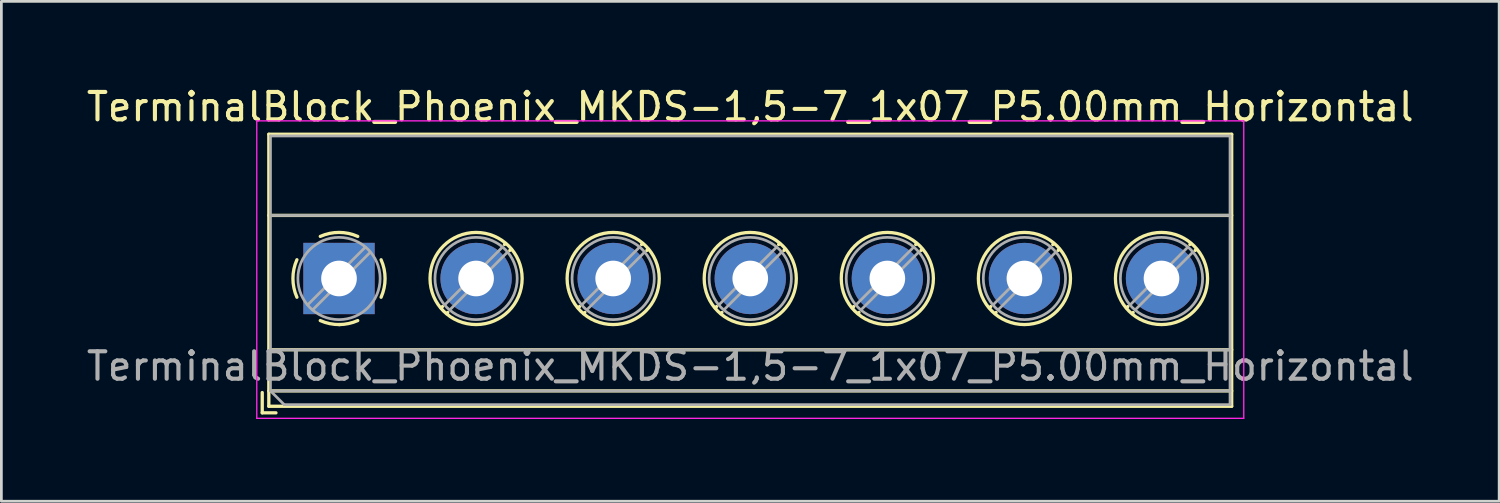
<source format=kicad_pcb>
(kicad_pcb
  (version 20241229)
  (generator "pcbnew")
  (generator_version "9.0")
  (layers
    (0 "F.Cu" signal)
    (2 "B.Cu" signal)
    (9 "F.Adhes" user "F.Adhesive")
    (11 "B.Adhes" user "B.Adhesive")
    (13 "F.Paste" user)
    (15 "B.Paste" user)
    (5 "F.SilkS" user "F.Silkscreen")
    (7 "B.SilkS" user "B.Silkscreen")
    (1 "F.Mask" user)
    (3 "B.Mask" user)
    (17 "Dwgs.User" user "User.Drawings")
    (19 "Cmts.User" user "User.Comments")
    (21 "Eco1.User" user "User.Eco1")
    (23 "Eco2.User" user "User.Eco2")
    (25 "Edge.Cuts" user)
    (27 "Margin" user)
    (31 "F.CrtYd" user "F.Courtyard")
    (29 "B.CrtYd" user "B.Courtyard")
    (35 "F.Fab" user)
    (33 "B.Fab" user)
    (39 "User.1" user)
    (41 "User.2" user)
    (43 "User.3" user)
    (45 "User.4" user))
  (footprint "TerminalBlock_Phoenix_MKDS-1,5-7_1x07_P5.00mm_Horizontal"
    (layer "F.Cu")
    (at 9.315 7.108)
    (property "Reference" "TerminalBlock_Phoenix_MKDS-1,5-7_1x07_P5.00mm_Horizontal" (at 15 -6.26 0) (layer "F.SilkS") (effects (font (size 1 1) (thickness 0.15))))
    (attr through_hole)
    (fp_line (start -2.8 4.16) (end -2.8 4.9) (stroke (width 0.12) (type solid)) (layer "F.SilkS"))
    (fp_line (start -2.8 4.9) (end -2.3 4.9) (stroke (width 0.12) (type solid)) (layer "F.SilkS"))
    (fp_line (start -2.56 -5.261) (end -2.56 4.66) (stroke (width 0.12) (type solid)) (layer "F.SilkS"))
    (fp_line (start -2.56 -5.261) (end 32.56 -5.261) (stroke (width 0.12) (type solid)) (layer "F.SilkS"))
    (fp_line (start -2.56 -2.301) (end 32.56 -2.301) (stroke (width 0.12) (type solid)) (layer "F.SilkS"))
    (fp_line (start -2.56 2.6) (end 32.56 2.6) (stroke (width 0.12) (type solid)) (layer "F.SilkS"))
    (fp_line (start -2.56 4.1) (end 32.56 4.1) (stroke (width 0.12) (type solid)) (layer "F.SilkS"))
    (fp_line (start -2.56 4.66) (end 32.56 4.66) (stroke (width 0.12) (type solid)) (layer "F.SilkS"))
    (fp_line (start 3.773 1.023) (end 3.726 1.069) (stroke (width 0.12) (type solid)) (layer "F.SilkS"))
    (fp_line (start 3.966 1.239) (end 3.931 1.274) (stroke (width 0.12) (type solid)) (layer "F.SilkS"))
    (fp_line (start 6.07 -1.275) (end 6.035 -1.239) (stroke (width 0.12) (type solid)) (layer "F.SilkS"))
    (fp_line (start 6.275 -1.069) (end 6.228 -1.023) (stroke (width 0.12) (type solid)) (layer "F.SilkS"))
    (fp_line (start 8.773 1.023) (end 8.726 1.069) (stroke (width 0.12) (type solid)) (layer "F.SilkS"))
    (fp_line (start 8.966 1.239) (end 8.931 1.274) (stroke (width 0.12) (type solid)) (layer "F.SilkS"))
    (fp_line (start 11.07 -1.275) (end 11.035 -1.239) (stroke (width 0.12) (type solid)) (layer "F.SilkS"))
    (fp_line (start 11.275 -1.069) (end 11.228 -1.023) (stroke (width 0.12) (type solid)) (layer "F.SilkS"))
    (fp_line (start 13.773 1.023) (end 13.726 1.069) (stroke (width 0.12) (type solid)) (layer "F.SilkS"))
    (fp_line (start 13.966 1.239) (end 13.931 1.274) (stroke (width 0.12) (type solid)) (layer "F.SilkS"))
    (fp_line (start 16.07 -1.275) (end 16.035 -1.239) (stroke (width 0.12) (type solid)) (layer "F.SilkS"))
    (fp_line (start 16.275 -1.069) (end 16.228 -1.023) (stroke (width 0.12) (type solid)) (layer "F.SilkS"))
    (fp_line (start 18.773 1.023) (end 18.726 1.069) (stroke (width 0.12) (type solid)) (layer "F.SilkS"))
    (fp_line (start 18.966 1.239) (end 18.931 1.274) (stroke (width 0.12) (type solid)) (layer "F.SilkS"))
    (fp_line (start 21.07 -1.275) (end 21.035 -1.239) (stroke (width 0.12) (type solid)) (layer "F.SilkS"))
    (fp_line (start 21.275 -1.069) (end 21.228 -1.023) (stroke (width 0.12) (type solid)) (layer "F.SilkS"))
    (fp_line (start 23.773 1.023) (end 23.726 1.069) (stroke (width 0.12) (type solid)) (layer "F.SilkS"))
    (fp_line (start 23.966 1.239) (end 23.931 1.274) (stroke (width 0.12) (type solid)) (layer "F.SilkS"))
    (fp_line (start 26.07 -1.275) (end 26.035 -1.239) (stroke (width 0.12) (type solid)) (layer "F.SilkS"))
    (fp_line (start 26.275 -1.069) (end 26.228 -1.023) (stroke (width 0.12) (type solid)) (layer "F.SilkS"))
    (fp_line (start 28.773 1.023) (end 28.726 1.069) (stroke (width 0.12) (type solid)) (layer "F.SilkS"))
    (fp_line (start 28.966 1.239) (end 28.931 1.274) (stroke (width 0.12) (type solid)) (layer "F.SilkS"))
    (fp_line (start 31.07 -1.275) (end 31.035 -1.239) (stroke (width 0.12) (type solid)) (layer "F.SilkS"))
    (fp_line (start 31.275 -1.069) (end 31.228 -1.023) (stroke (width 0.12) (type solid)) (layer "F.SilkS"))
    (fp_line (start 32.56 -5.261) (end 32.56 4.66) (stroke (width 0.12) (type solid)) (layer "F.SilkS"))
    (fp_arc (start -1.535427 0.683042) (mid -1.680501 -0.000524) (end -1.535 -0.684) (stroke (width 0.12) (type solid)) (layer "F.SilkS"))
    (fp_arc (start -0.683042 -1.535427) (mid 0.000524 -1.680501) (end 0.684 -1.535) (stroke (width 0.12) (type solid)) (layer "F.SilkS"))
    (fp_arc (start 0.028805 1.680253) (mid -0.335551 1.646659) (end -0.684 1.535) (stroke (width 0.12) (type solid)) (layer "F.SilkS"))
    (fp_arc (start 0.683318 1.534756) (mid 0.349292 1.643288) (end 0 1.68) (stroke (width 0.12) (type solid)) (layer "F.SilkS"))
    (fp_arc (start 1.535427 -0.683042) (mid 1.680501 0.000524) (end 1.535 0.684) (stroke (width 0.12) (type solid)) (layer "F.SilkS"))
    (fp_circle (center 5 0) (end 6.68 0) (stroke (width 0.12) (type solid)) (fill no) (layer "F.SilkS"))
    (fp_circle (center 10 0) (end 11.68 0) (stroke (width 0.12) (type solid)) (fill no) (layer "F.SilkS"))
    (fp_circle (center 15 0) (end 16.68 0) (stroke (width 0.12) (type solid)) (fill no) (layer "F.SilkS"))
    (fp_circle (center 20 0) (end 21.68 0) (stroke (width 0.12) (type solid)) (fill no) (layer "F.SilkS"))
    (fp_circle (center 25 0) (end 26.68 0) (stroke (width 0.12) (type solid)) (fill no) (layer "F.SilkS"))
    (fp_circle (center 30 0) (end 31.68 0) (stroke (width 0.12) (type solid)) (fill no) (layer "F.SilkS"))
    (fp_line (start -3 -5.75) (end -3 5.1) (stroke (width 0.05) (type solid)) (layer "F.CrtYd"))
    (fp_line (start -3 5.1) (end 33 5.1) (stroke (width 0.05) (type solid)) (layer "F.CrtYd"))
    (fp_line (start 33 -5.75) (end -3 -5.75) (stroke (width 0.05) (type solid)) (layer "F.CrtYd"))
    (fp_line (start 33 5.1) (end 33 -5.75) (stroke (width 0.05) (type solid)) (layer "F.CrtYd"))
    (fp_line (start -2.5 -5.2) (end 32.5 -5.2) (stroke (width 0.1) (type solid)) (layer "F.Fab"))
    (fp_line (start -2.5 -2.3) (end 32.5 -2.3) (stroke (width 0.1) (type solid)) (layer "F.Fab"))
    (fp_line (start -2.5 2.6) (end 32.5 2.6) (stroke (width 0.1) (type solid)) (layer "F.Fab"))
    (fp_line (start -2.5 4.1) (end -2.5 -5.2) (stroke (width 0.1) (type solid)) (layer "F.Fab"))
    (fp_line (start -2.5 4.1) (end 32.5 4.1) (stroke (width 0.1) (type solid)) (layer "F.Fab"))
    (fp_line (start -2 4.6) (end -2.5 4.1) (stroke (width 0.1) (type solid)) (layer "F.Fab"))
    (fp_line (start 0.955 -1.138) (end -1.138 0.955) (stroke (width 0.1) (type solid)) (layer "F.Fab"))
    (fp_line (start 1.138 -0.955) (end -0.955 1.138) (stroke (width 0.1) (type solid)) (layer "F.Fab"))
    (fp_line (start 5.955 -1.138) (end 3.863 0.955) (stroke (width 0.1) (type solid)) (layer "F.Fab"))
    (fp_line (start 6.138 -0.955) (end 4.046 1.138) (stroke (width 0.1) (type solid)) (layer "F.Fab"))
    (fp_line (start 10.955 -1.138) (end 8.863 0.955) (stroke (width 0.1) (type solid)) (layer "F.Fab"))
    (fp_line (start 11.138 -0.955) (end 9.046 1.138) (stroke (width 0.1) (type solid)) (layer "F.Fab"))
    (fp_line (start 15.955 -1.138) (end 13.863 0.955) (stroke (width 0.1) (type solid)) (layer "F.Fab"))
    (fp_line (start 16.138 -0.955) (end 14.046 1.138) (stroke (width 0.1) (type solid)) (layer "F.Fab"))
    (fp_line (start 20.955 -1.138) (end 18.863 0.955) (stroke (width 0.1) (type solid)) (layer "F.Fab"))
    (fp_line (start 21.138 -0.955) (end 19.046 1.138) (stroke (width 0.1) (type solid)) (layer "F.Fab"))
    (fp_line (start 25.955 -1.138) (end 23.863 0.955) (stroke (width 0.1) (type solid)) (layer "F.Fab"))
    (fp_line (start 26.138 -0.955) (end 24.046 1.138) (stroke (width 0.1) (type solid)) (layer "F.Fab"))
    (fp_line (start 30.955 -1.138) (end 28.863 0.955) (stroke (width 0.1) (type solid)) (layer "F.Fab"))
    (fp_line (start 31.138 -0.955) (end 29.046 1.138) (stroke (width 0.1) (type solid)) (layer "F.Fab"))
    (fp_line (start 32.5 -5.2) (end 32.5 4.6) (stroke (width 0.1) (type solid)) (layer "F.Fab"))
    (fp_line (start 32.5 4.6) (end -2 4.6) (stroke (width 0.1) (type solid)) (layer "F.Fab"))
    (fp_circle (center 0 0) (end 1.5 0) (stroke (width 0.1) (type solid)) (fill no) (layer "F.Fab"))
    (fp_circle (center 5 0) (end 6.5 0) (stroke (width 0.1) (type solid)) (fill no) (layer "F.Fab"))
    (fp_circle (center 10 0) (end 11.5 0) (stroke (width 0.1) (type solid)) (fill no) (layer "F.Fab"))
    (fp_circle (center 15 0) (end 16.5 0) (stroke (width 0.1) (type solid)) (fill no) (layer "F.Fab"))
    (fp_circle (center 20 0) (end 21.5 0) (stroke (width 0.1) (type solid)) (fill no) (layer "F.Fab"))
    (fp_circle (center 25 0) (end 26.5 0) (stroke (width 0.1) (type solid)) (fill no) (layer "F.Fab"))
    (fp_circle (center 30 0) (end 31.5 0) (stroke (width 0.1) (type solid)) (fill no) (layer "F.Fab"))
    (fp_text user "${REFERENCE}" (at 15 3.2 0) (layer "F.Fab") (effects (font (size 1 1) (thickness 0.15))))
    (pad "1" thru_hole rect (at 0 0) (size 2.6 2.6) (drill 1.3) (layers "*.Cu" "*.Mask"))
    (pad "2" thru_hole circle (at 5 0) (size 2.6 2.6) (drill 1.3) (layers "*.Cu" "*.Mask"))
    (pad "3" thru_hole circle (at 10 0) (size 2.6 2.6) (drill 1.3) (layers "*.Cu" "*.Mask"))
    (pad "4" thru_hole circle (at 15 0) (size 2.6 2.6) (drill 1.3) (layers "*.Cu" "*.Mask"))
    (pad "5" thru_hole circle (at 20 0) (size 2.6 2.6) (drill 1.3) (layers "*.Cu" "*.Mask"))
    (pad "6" thru_hole circle (at 25 0) (size 2.6 2.6) (drill 1.3) (layers "*.Cu" "*.Mask"))
    (pad "7" thru_hole circle (at 30 0) (size 2.6 2.6) (drill 1.3) (layers "*.Cu" "*.Mask")))
  (gr_rect
    (start -3 -3)
    (end 51.631 15.233)
    (stroke (width 0.1) (type default))
    (fill no)
    (layer "Edge.Cuts")))
</source>
